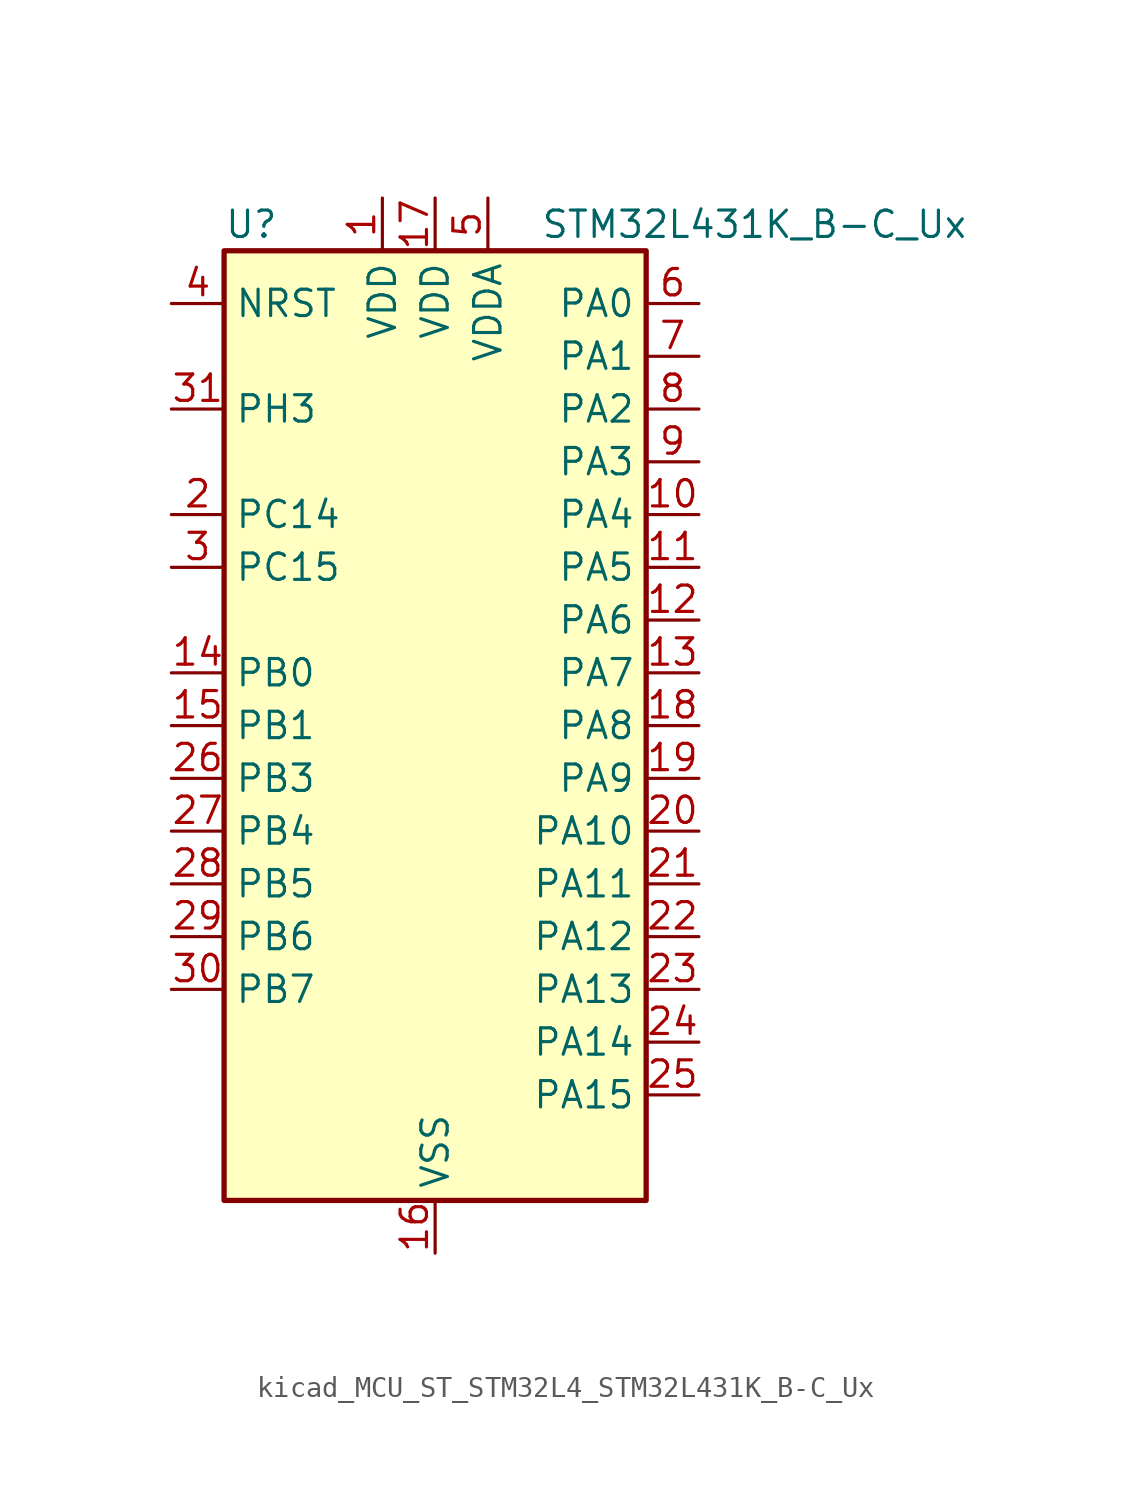
<source format=kicad_sym>
(kicad_symbol_lib
  (version 20220914)
  (generator kicad_symbol_editor)
  (symbol "kicad_MCU_ST_STM32L4_STM32L431K_B-C_Ux"
    (property "Reference" "U"
      (at -10.16 24.13 0)
      (effects (font (size 1.27 1.27)) (justify left)))
    (property "Value" "STM32L431K_B-C_Ux"
      (at 5.08 24.13 0)
      (effects (font (size 1.27 1.27)) (justify left)))
    (property "ki_locked" ""
      (at 0 0 0)
      (effects (font (size 1.27 1.27))))
    (symbol "kicad_MCU_ST_STM32L4_STM32L431K_B-C_Ux_0_1"
      (rectangle (start -10.16 -22.86) (end 10.16 22.86) (stroke (width 0.254) (type default)) (fill (type background))))
    (symbol "kicad_MCU_ST_STM32L4_STM32L431K_B-C_Ux_1_1"
      (pin power_in line (at -2.54 25.4 270) (length 2.54) (name "VDD" (effects (font (size 1.27 1.27)))) (number "1" (effects (font (size 1.27 1.27)))))
      (pin bidirectional line (at 12.7 10.16 180) (length 2.54) (name "PA4" (effects (font (size 1.27 1.27)))) (number "10" (effects (font (size 1.27 1.27)))) (alternate "ADC1_IN9" bidirectional line) (alternate "COMP1_INM" bidirectional line) (alternate "COMP2_INM" bidirectional line) (alternate "DAC1_OUT1" bidirectional line) (alternate "LPTIM2_OUT" bidirectional line) (alternate "SAI1_FS_B" bidirectional line) (alternate "SPI1_NSS" bidirectional line) (alternate "SPI3_NSS" bidirectional line) (alternate "USART2_CK" bidirectional line))
      (pin bidirectional line (at 12.7 7.62 180) (length 2.54) (name "PA5" (effects (font (size 1.27 1.27)))) (number "11" (effects (font (size 1.27 1.27)))) (alternate "ADC1_IN10" bidirectional line) (alternate "COMP1_INM" bidirectional line) (alternate "COMP2_INM" bidirectional line) (alternate "DAC1_OUT2" bidirectional line) (alternate "LPTIM2_ETR" bidirectional line) (alternate "SPI1_SCK" bidirectional line) (alternate "TIM2_CH1" bidirectional line) (alternate "TIM2_ETR" bidirectional line))
      (pin bidirectional line (at 12.7 5.08 180) (length 2.54) (name "PA6" (effects (font (size 1.27 1.27)))) (number "12" (effects (font (size 1.27 1.27)))) (alternate "ADC1_IN11" bidirectional line) (alternate "COMP1_OUT" bidirectional line) (alternate "LPUART1_CTS" bidirectional line) (alternate "QUADSPI_BK1_IO3" bidirectional line) (alternate "SPI1_MISO" bidirectional line) (alternate "TIM16_CH1" bidirectional line) (alternate "TIM1_BKIN" bidirectional line) (alternate "TIM1_BKIN_COMP2" bidirectional line))
      (pin bidirectional line (at 12.7 2.54 180) (length 2.54) (name "PA7" (effects (font (size 1.27 1.27)))) (number "13" (effects (font (size 1.27 1.27)))) (alternate "ADC1_IN12" bidirectional line) (alternate "COMP2_OUT" bidirectional line) (alternate "I2C3_SCL" bidirectional line) (alternate "QUADSPI_BK1_IO2" bidirectional line) (alternate "SPI1_MOSI" bidirectional line) (alternate "TIM1_CH1N" bidirectional line))
      (pin bidirectional line (at -12.7 2.54 0) (length 2.54) (name "PB0" (effects (font (size 1.27 1.27)))) (number "14" (effects (font (size 1.27 1.27)))) (alternate "ADC1_IN15" bidirectional line) (alternate "COMP1_OUT" bidirectional line) (alternate "QUADSPI_BK1_IO1" bidirectional line) (alternate "SAI1_EXTCLK" bidirectional line) (alternate "SPI1_NSS" bidirectional line) (alternate "TIM1_CH2N" bidirectional line))
      (pin bidirectional line (at -12.7 0 0) (length 2.54) (name "PB1" (effects (font (size 1.27 1.27)))) (number "15" (effects (font (size 1.27 1.27)))) (alternate "ADC1_IN16" bidirectional line) (alternate "COMP1_INM" bidirectional line) (alternate "LPTIM2_IN1" bidirectional line) (alternate "LPUART1_DE" bidirectional line) (alternate "LPUART1_RTS" bidirectional line) (alternate "QUADSPI_BK1_IO0" bidirectional line) (alternate "TIM1_CH3N" bidirectional line))
      (pin power_in line (at 0 -25.4 90) (length 2.54) (name "VSS" (effects (font (size 1.27 1.27)))) (number "16" (effects (font (size 1.27 1.27)))))
      (pin power_in line (at 0 25.4 270) (length 2.54) (name "VDD" (effects (font (size 1.27 1.27)))) (number "17" (effects (font (size 1.27 1.27)))))
      (pin bidirectional line (at 12.7 0 180) (length 2.54) (name "PA8" (effects (font (size 1.27 1.27)))) (number "18" (effects (font (size 1.27 1.27)))) (alternate "LPTIM2_OUT" bidirectional line) (alternate "RCC_MCO" bidirectional line) (alternate "SAI1_SCK_A" bidirectional line) (alternate "SWPMI1_IO" bidirectional line) (alternate "TIM1_CH1" bidirectional line) (alternate "USART1_CK" bidirectional line))
      (pin bidirectional line (at 12.7 -2.54 180) (length 2.54) (name "PA9" (effects (font (size 1.27 1.27)))) (number "19" (effects (font (size 1.27 1.27)))) (alternate "DAC1_EXTI9" bidirectional line) (alternate "I2C1_SCL" bidirectional line) (alternate "SAI1_FS_A" bidirectional line) (alternate "TIM15_BKIN" bidirectional line) (alternate "TIM1_CH2" bidirectional line) (alternate "USART1_TX" bidirectional line))
      (pin bidirectional line (at -12.7 10.16 0) (length 2.54) (name "PC14" (effects (font (size 1.27 1.27)))) (number "2" (effects (font (size 1.27 1.27)))) (alternate "RCC_OSC32_IN" bidirectional line))
      (pin bidirectional line (at 12.7 -5.08 180) (length 2.54) (name "PA10" (effects (font (size 1.27 1.27)))) (number "20" (effects (font (size 1.27 1.27)))) (alternate "I2C1_SDA" bidirectional line) (alternate "SAI1_SD_A" bidirectional line) (alternate "TIM1_CH3" bidirectional line) (alternate "USART1_RX" bidirectional line))
      (pin bidirectional line (at 12.7 -7.62 180) (length 2.54) (name "PA11" (effects (font (size 1.27 1.27)))) (number "21" (effects (font (size 1.27 1.27)))) (alternate "ADC1_EXTI11" bidirectional line) (alternate "CAN1_RX" bidirectional line) (alternate "COMP1_OUT" bidirectional line) (alternate "SPI1_MISO" bidirectional line) (alternate "TIM1_BKIN2" bidirectional line) (alternate "TIM1_BKIN2_COMP1" bidirectional line) (alternate "TIM1_CH4" bidirectional line) (alternate "USART1_CTS" bidirectional line))
      (pin bidirectional line (at 12.7 -10.16 180) (length 2.54) (name "PA12" (effects (font (size 1.27 1.27)))) (number "22" (effects (font (size 1.27 1.27)))) (alternate "CAN1_TX" bidirectional line) (alternate "SPI1_MOSI" bidirectional line) (alternate "TIM1_ETR" bidirectional line) (alternate "USART1_DE" bidirectional line) (alternate "USART1_RTS" bidirectional line))
      (pin bidirectional line (at 12.7 -12.7 180) (length 2.54) (name "PA13" (effects (font (size 1.27 1.27)))) (number "23" (effects (font (size 1.27 1.27)))) (alternate "IR_OUT" bidirectional line) (alternate "SAI1_SD_B" bidirectional line) (alternate "SWPMI1_TX" bidirectional line) (alternate "SYS_JTMS-SWDIO" bidirectional line))
      (pin bidirectional line (at 12.7 -15.24 180) (length 2.54) (name "PA14" (effects (font (size 1.27 1.27)))) (number "24" (effects (font (size 1.27 1.27)))) (alternate "I2C1_SMBA" bidirectional line) (alternate "LPTIM1_OUT" bidirectional line) (alternate "SAI1_FS_B" bidirectional line) (alternate "SWPMI1_RX" bidirectional line) (alternate "SYS_JTCK-SWCLK" bidirectional line))
      (pin bidirectional line (at 12.7 -17.78 180) (length 2.54) (name "PA15" (effects (font (size 1.27 1.27)))) (number "25" (effects (font (size 1.27 1.27)))) (alternate "ADC1_EXTI15" bidirectional line) (alternate "SPI1_NSS" bidirectional line) (alternate "SPI3_NSS" bidirectional line) (alternate "SWPMI1_SUSPEND" bidirectional line) (alternate "SYS_JTDI" bidirectional line) (alternate "TIM2_CH1" bidirectional line) (alternate "TIM2_ETR" bidirectional line) (alternate "USART2_RX" bidirectional line))
      (pin bidirectional line (at -12.7 -2.54 0) (length 2.54) (name "PB3" (effects (font (size 1.27 1.27)))) (number "26" (effects (font (size 1.27 1.27)))) (alternate "COMP2_INM" bidirectional line) (alternate "SAI1_SCK_B" bidirectional line) (alternate "SPI1_SCK" bidirectional line) (alternate "SPI3_SCK" bidirectional line) (alternate "SYS_JTDO-SWO" bidirectional line) (alternate "TIM2_CH2" bidirectional line) (alternate "USART1_DE" bidirectional line) (alternate "USART1_RTS" bidirectional line))
      (pin bidirectional line (at -12.7 -5.08 0) (length 2.54) (name "PB4" (effects (font (size 1.27 1.27)))) (number "27" (effects (font (size 1.27 1.27)))) (alternate "COMP2_INP" bidirectional line) (alternate "I2C3_SDA" bidirectional line) (alternate "SAI1_MCLK_B" bidirectional line) (alternate "SPI1_MISO" bidirectional line) (alternate "SPI3_MISO" bidirectional line) (alternate "SYS_JTRST" bidirectional line) (alternate "TSC_G2_IO1" bidirectional line) (alternate "USART1_CTS" bidirectional line))
      (pin bidirectional line (at -12.7 -7.62 0) (length 2.54) (name "PB5" (effects (font (size 1.27 1.27)))) (number "28" (effects (font (size 1.27 1.27)))) (alternate "COMP2_OUT" bidirectional line) (alternate "I2C1_SMBA" bidirectional line) (alternate "LPTIM1_IN1" bidirectional line) (alternate "SAI1_SD_B" bidirectional line) (alternate "SPI1_MOSI" bidirectional line) (alternate "SPI3_MOSI" bidirectional line) (alternate "TIM16_BKIN" bidirectional line) (alternate "TSC_G2_IO2" bidirectional line) (alternate "USART1_CK" bidirectional line))
      (pin bidirectional line (at -12.7 -10.16 0) (length 2.54) (name "PB6" (effects (font (size 1.27 1.27)))) (number "29" (effects (font (size 1.27 1.27)))) (alternate "COMP2_INP" bidirectional line) (alternate "I2C1_SCL" bidirectional line) (alternate "LPTIM1_ETR" bidirectional line) (alternate "SAI1_FS_B" bidirectional line) (alternate "TIM16_CH1N" bidirectional line) (alternate "TSC_G2_IO3" bidirectional line) (alternate "USART1_TX" bidirectional line))
      (pin bidirectional line (at -12.7 7.62 0) (length 2.54) (name "PC15" (effects (font (size 1.27 1.27)))) (number "3" (effects (font (size 1.27 1.27)))) (alternate "ADC1_EXTI15" bidirectional line) (alternate "RCC_OSC32_OUT" bidirectional line))
      (pin bidirectional line (at -12.7 -12.7 0) (length 2.54) (name "PB7" (effects (font (size 1.27 1.27)))) (number "30" (effects (font (size 1.27 1.27)))) (alternate "COMP2_INM" bidirectional line) (alternate "I2C1_SDA" bidirectional line) (alternate "LPTIM1_IN2" bidirectional line) (alternate "SYS_PVD_IN" bidirectional line) (alternate "TSC_G2_IO4" bidirectional line) (alternate "USART1_RX" bidirectional line))
      (pin bidirectional line (at -12.7 15.24 0) (length 2.54) (name "PH3" (effects (font (size 1.27 1.27)))) (number "31" (effects (font (size 1.27 1.27)))))
      (pin passive line (at 0 -25.4 90) (length 2.54) hide (name "VSS" (effects (font (size 1.27 1.27)))) (number "32" (effects (font (size 1.27 1.27)))))
      (pin passive line (at 0 -25.4 90) (length 2.54) hide (name "VSS" (effects (font (size 1.27 1.27)))) (number "33" (effects (font (size 1.27 1.27)))))
      (pin input line (at -12.7 20.32 0) (length 2.54) (name "NRST" (effects (font (size 1.27 1.27)))) (number "4" (effects (font (size 1.27 1.27)))))
      (pin power_in line (at 2.54 25.4 270) (length 2.54) (name "VDDA" (effects (font (size 1.27 1.27)))) (number "5" (effects (font (size 1.27 1.27)))))
      (pin bidirectional line (at 12.7 20.32 180) (length 2.54) (name "PA0" (effects (font (size 1.27 1.27)))) (number "6" (effects (font (size 1.27 1.27)))) (alternate "ADC1_IN5" bidirectional line) (alternate "COMP1_INM" bidirectional line) (alternate "COMP1_OUT" bidirectional line) (alternate "OPAMP1_VINP" bidirectional line) (alternate "RCC_CK_IN" bidirectional line) (alternate "RTC_TAMP2" bidirectional line) (alternate "SAI1_EXTCLK" bidirectional line) (alternate "SYS_WKUP1" bidirectional line) (alternate "TIM2_CH1" bidirectional line) (alternate "TIM2_ETR" bidirectional line) (alternate "USART2_CTS" bidirectional line))
      (pin bidirectional line (at 12.7 17.78 180) (length 2.54) (name "PA1" (effects (font (size 1.27 1.27)))) (number "7" (effects (font (size 1.27 1.27)))) (alternate "ADC1_IN6" bidirectional line) (alternate "COMP1_INP" bidirectional line) (alternate "I2C1_SMBA" bidirectional line) (alternate "OPAMP1_VINM" bidirectional line) (alternate "SPI1_SCK" bidirectional line) (alternate "TIM15_CH1N" bidirectional line) (alternate "TIM2_CH2" bidirectional line) (alternate "USART2_DE" bidirectional line) (alternate "USART2_RTS" bidirectional line))
      (pin bidirectional line (at 12.7 15.24 180) (length 2.54) (name "PA2" (effects (font (size 1.27 1.27)))) (number "8" (effects (font (size 1.27 1.27)))) (alternate "ADC1_IN7" bidirectional line) (alternate "COMP2_INM" bidirectional line) (alternate "COMP2_OUT" bidirectional line) (alternate "LPUART1_TX" bidirectional line) (alternate "QUADSPI_BK1_NCS" bidirectional line) (alternate "RCC_LSCO" bidirectional line) (alternate "SYS_WKUP4" bidirectional line) (alternate "TIM15_CH1" bidirectional line) (alternate "TIM2_CH3" bidirectional line) (alternate "USART2_TX" bidirectional line))
      (pin bidirectional line (at 12.7 12.7 180) (length 2.54) (name "PA3" (effects (font (size 1.27 1.27)))) (number "9" (effects (font (size 1.27 1.27)))) (alternate "ADC1_IN8" bidirectional line) (alternate "COMP2_INP" bidirectional line) (alternate "LPUART1_RX" bidirectional line) (alternate "OPAMP1_VOUT" bidirectional line) (alternate "QUADSPI_CLK" bidirectional line) (alternate "SAI1_MCLK_A" bidirectional line) (alternate "TIM15_CH2" bidirectional line) (alternate "TIM2_CH4" bidirectional line) (alternate "USART2_RX" bidirectional line)))))
</source>
